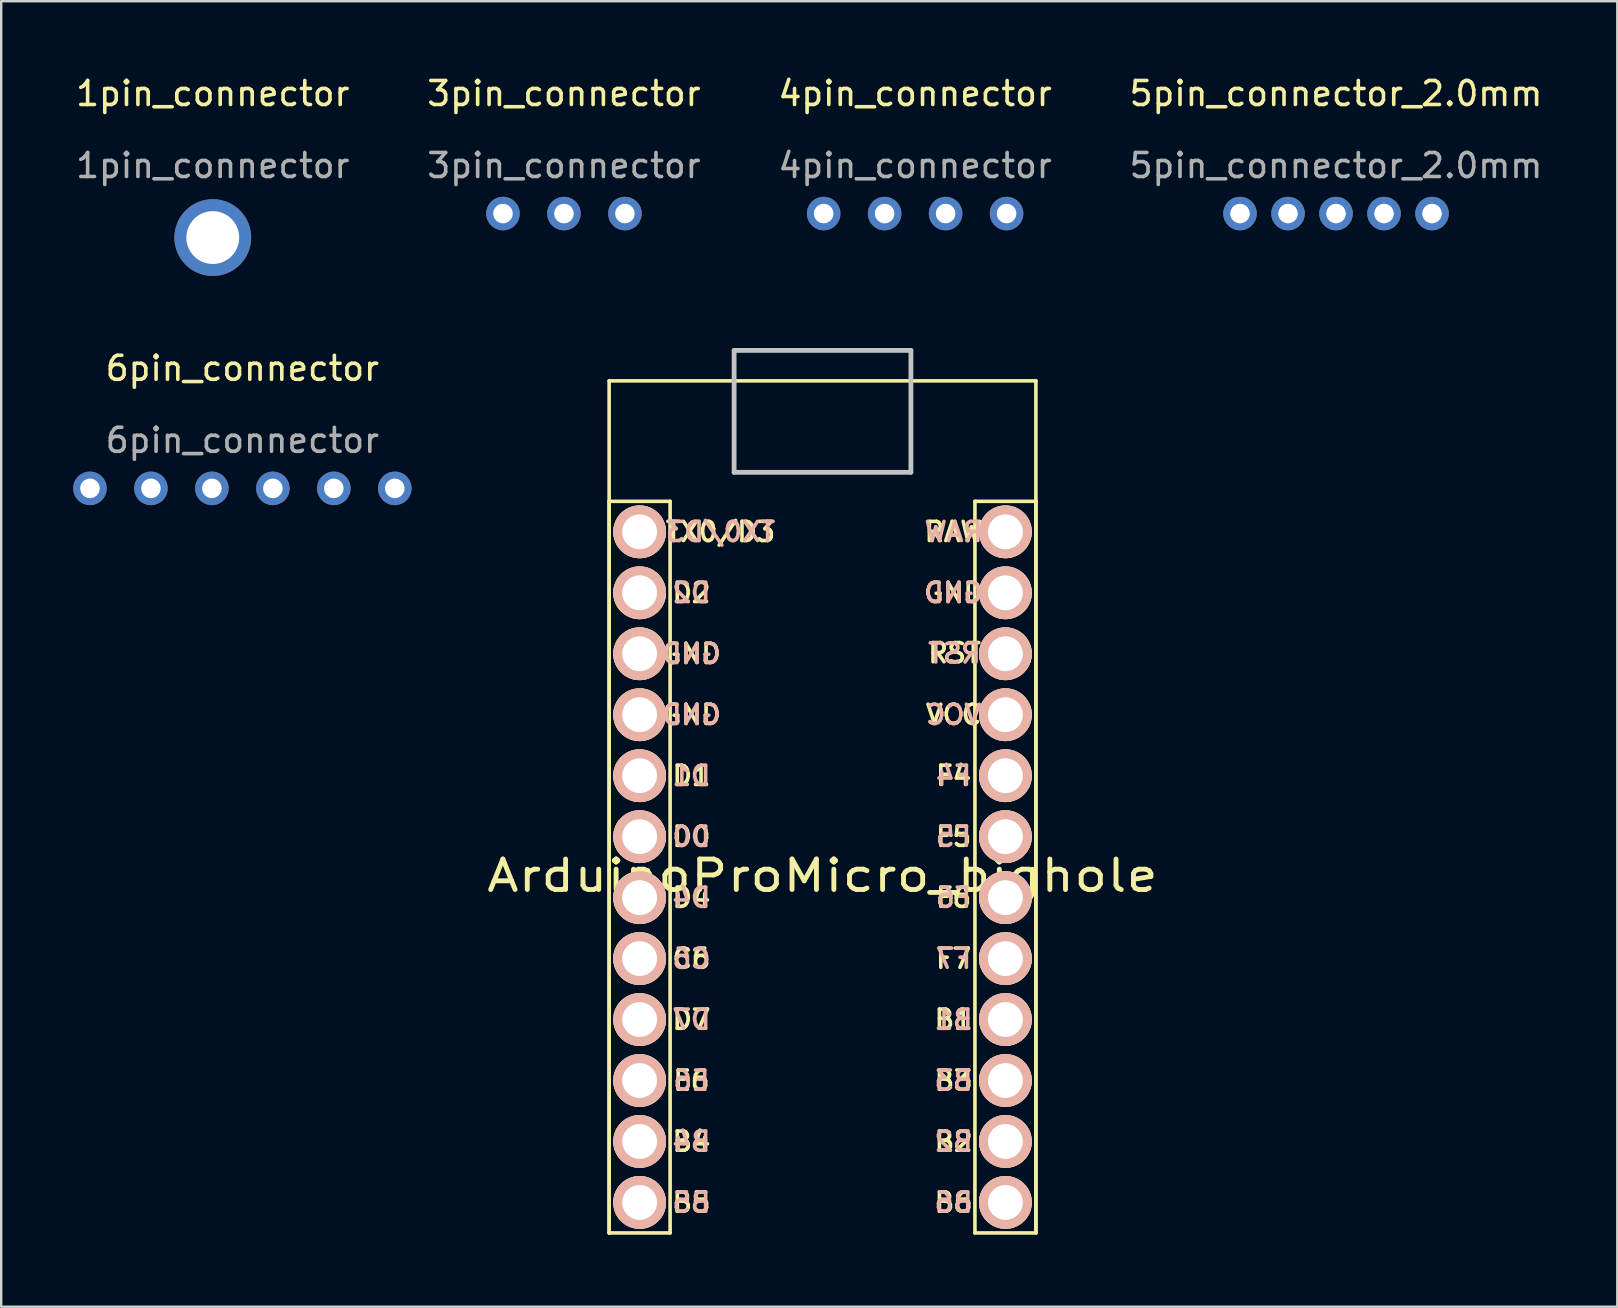
<source format=kicad_pcb>
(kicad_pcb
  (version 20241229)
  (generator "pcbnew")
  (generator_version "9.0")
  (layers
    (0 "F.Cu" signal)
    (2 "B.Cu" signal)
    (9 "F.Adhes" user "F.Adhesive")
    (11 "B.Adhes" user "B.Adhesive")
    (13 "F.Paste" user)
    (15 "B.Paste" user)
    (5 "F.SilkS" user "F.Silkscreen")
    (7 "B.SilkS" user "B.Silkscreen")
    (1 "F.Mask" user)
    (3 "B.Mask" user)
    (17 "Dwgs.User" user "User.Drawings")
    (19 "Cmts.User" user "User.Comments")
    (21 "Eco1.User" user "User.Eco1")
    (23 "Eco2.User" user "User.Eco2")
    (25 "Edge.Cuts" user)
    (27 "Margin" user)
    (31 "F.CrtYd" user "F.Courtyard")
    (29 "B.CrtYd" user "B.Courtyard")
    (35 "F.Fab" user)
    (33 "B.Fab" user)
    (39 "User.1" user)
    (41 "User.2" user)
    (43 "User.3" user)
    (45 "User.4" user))
  (footprint "ArduinoProMicro_bighole"
    (layer "F.Cu")
    (at 31.219 31.808)
    (property "Reference" "ArduinoProMicro_bighole" (at 0 1.625 0) (layer "F.SilkS") (effects (font (size 1.27 1.524) (thickness 0.203))))
    (attr through_hole)
    (fp_line (start -8.89 -18.99) (end -8.89 16.51) (stroke (width 0.15) (type solid)) (layer "F.SilkS"))
    (fp_line (start -8.89 -13.97) (end -8.89 16.51) (stroke (width 0.15) (type solid)) (layer "F.SilkS"))
    (fp_line (start -8.89 16.51) (end -6.35 16.51) (stroke (width 0.15) (type solid)) (layer "F.SilkS"))
    (fp_line (start -6.35 -13.97) (end -8.89 -13.97) (stroke (width 0.15) (type solid)) (layer "F.SilkS"))
    (fp_line (start -6.35 16.51) (end -6.35 -13.97) (stroke (width 0.15) (type solid)) (layer "F.SilkS"))
    (fp_line (start 6.35 -13.97) (end 6.35 16.51) (stroke (width 0.15) (type solid)) (layer "F.SilkS"))
    (fp_line (start 6.35 16.51) (end 8.89 16.51) (stroke (width 0.15) (type solid)) (layer "F.SilkS"))
    (fp_line (start 8.89 -18.99) (end -8.89 -18.99) (stroke (width 0.15) (type solid)) (layer "F.SilkS"))
    (fp_line (start 8.89 -13.97) (end 6.35 -13.97) (stroke (width 0.15) (type solid)) (layer "F.SilkS"))
    (fp_line (start 8.89 16.51) (end 8.89 -18.99) (stroke (width 0.15) (type solid)) (layer "F.SilkS"))
    (fp_line (start 8.89 16.51) (end 8.89 -13.97) (stroke (width 0.15) (type solid)) (layer "F.SilkS"))
    (fp_line (start -3.683 -20.26) (end 3.683 -20.26) (stroke (width 0.2) (type solid)) (layer "Dwgs.User"))
    (fp_line (start -3.683 -15.18) (end -3.683 -20.26) (stroke (width 0.2) (type solid)) (layer "Dwgs.User"))
    (fp_line (start 3.683 -20.26) (end 3.683 -15.18) (stroke (width 0.2) (type solid)) (layer "Dwgs.User"))
    (fp_line (start 3.683 -15.18) (end -3.683 -15.18) (stroke (width 0.2) (type solid)) (layer "Dwgs.User"))
    (fp_text user "C6" (at -5.461 5.08 0) (layer "F.SilkS") (effects (font (size 0.8 0.8) (thickness 0.15))))
    (fp_text user "GND" (at 5.461 -10.16 0) (layer "F.SilkS") (effects (font (size 0.8 0.8) (thickness 0.15))))
    (fp_text user "F6" (at 5.461 2.54 0) (layer "F.SilkS") (effects (font (size 0.8 0.8) (thickness 0.15))))
    (fp_text user "RST" (at 5.5 -7.65 0) (layer "F.SilkS") (effects (font (size 0.8 0.8) (thickness 0.15))))
    (fp_text user "F4" (at 5.461 -2.54 0) (layer "F.SilkS") (effects (font (size 0.8 0.8) (thickness 0.15))))
    (fp_text user "B1" (at 5.461 7.62 0) (layer "F.SilkS") (effects (font (size 0.8 0.8) (thickness 0.15))))
    (fp_text user "D7" (at -5.461 7.62 0) (layer "F.SilkS") (effects (font (size 0.8 0.8) (thickness 0.15))))
    (fp_text user "B4" (at -5.461 12.7 0) (layer "F.SilkS") (effects (font (size 0.8 0.8) (thickness 0.15))))
    (fp_text user "F7" (at 5.461 5.08 0) (layer "F.SilkS") (effects (font (size 0.8 0.8) (thickness 0.15))))
    (fp_text user "D2" (at -5.461 -10.16 0) (layer "F.SilkS") (effects (font (size 0.8 0.8) (thickness 0.15))))
    (fp_text user "B3" (at 5.461 10.16 0) (layer "F.SilkS") (effects (font (size 0.8 0.8) (thickness 0.15))))
    (fp_text user "D0" (at -5.461 0 0) (layer "F.SilkS") (effects (font (size 0.8 0.8) (thickness 0.15))))
    (fp_text user "TX0/D3" (at -4.25 -12.7 0) (layer "F.SilkS") (effects (font (size 0.8 0.8) (thickness 0.15))))
    (fp_text user "F5" (at 5.461 0 0) (layer "F.SilkS") (effects (font (size 0.8 0.8) (thickness 0.15))))
    (fp_text user "D1" (at -5.461 -2.54 0) (layer "F.SilkS") (effects (font (size 0.8 0.8) (thickness 0.15))))
    (fp_text user "B2" (at 5.461 12.7 0) (layer "F.SilkS") (effects (font (size 0.8 0.8) (thickness 0.15))))
    (fp_text user "RAW" (at 5.461 -12.7 0) (layer "F.SilkS") (effects (font (size 0.8 0.8) (thickness 0.15))))
    (fp_text user "E6" (at -5.461 10.16 0) (layer "F.SilkS") (effects (font (size 0.8 0.8) (thickness 0.15))))
    (fp_text user "B5" (at -5.461 15.24 0) (layer "F.SilkS") (effects (font (size 0.8 0.8) (thickness 0.15))))
    (fp_text user "VCC" (at 5.461 -5.08 0) (layer "F.SilkS") (effects (font (size 0.8 0.8) (thickness 0.15))))
    (fp_text user "B6" (at 5.461 15.24 0) (layer "F.SilkS") (effects (font (size 0.8 0.8) (thickness 0.15))))
    (fp_text user "D4" (at -5.461 2.54 0) (layer "F.SilkS") (effects (font (size 0.8 0.8) (thickness 0.15))))
    (fp_text user "GND" (at -5.461 -5.08 0) (layer "F.SilkS") (effects (font (size 0.8 0.8) (thickness 0.15))))
    (fp_text user "GND" (at -5.461 -7.62 0) (layer "F.SilkS") (effects (font (size 0.8 0.8) (thickness 0.15))))
    (fp_text user "GND" (at -5.461 -5.08 0) (layer "B.SilkS") (effects (font (size 0.8 0.8) (thickness 0.15)) (justify mirror)))
    (fp_text user "B4" (at -5.461 12.7 0) (layer "B.SilkS") (effects (font (size 0.8 0.8) (thickness 0.15)) (justify mirror)))
    (fp_text user "F7" (at 5.461 5.08 0) (layer "B.SilkS") (effects (font (size 0.8 0.8) (thickness 0.15)) (justify mirror)))
    (fp_text user "D0" (at -5.461 0 0) (layer "B.SilkS") (effects (font (size 0.8 0.8) (thickness 0.15)) (justify mirror)))
    (fp_text user "B1" (at 5.461 7.62 0) (layer "B.SilkS") (effects (font (size 0.8 0.8) (thickness 0.15)) (justify mirror)))
    (fp_text user "C6" (at -5.461 5.08 0) (layer "B.SilkS") (effects (font (size 0.8 0.8) (thickness 0.15)) (justify mirror)))
    (fp_text user "B3" (at 5.461 10.16 0) (layer "B.SilkS") (effects (font (size 0.8 0.8) (thickness 0.15)) (justify mirror)))
    (fp_text user "E6" (at -5.461 10.16 0) (layer "B.SilkS") (effects (font (size 0.8 0.8) (thickness 0.15)) (justify mirror)))
    (fp_text user "F4" (at 5.461 -2.54 0) (layer "B.SilkS") (effects (font (size 0.8 0.8) (thickness 0.15)) (justify mirror)))
    (fp_text user "F6" (at 5.461 2.54 0) (layer "B.SilkS") (effects (font (size 0.8 0.8) (thickness 0.15)) (justify mirror)))
    (fp_text user "GND" (at 5.461 -10.16 0) (layer "B.SilkS") (effects (font (size 0.8 0.8) (thickness 0.15)) (justify mirror)))
    (fp_text user "GND" (at -5.461 -7.62 0) (layer "B.SilkS") (effects (font (size 0.8 0.8) (thickness 0.15)) (justify mirror)))
    (fp_text user "RST" (at 5.5 -7.64 0) (layer "B.SilkS") (effects (font (size 0.8 0.8) (thickness 0.15)) (justify mirror)))
    (fp_text user "B6" (at 5.461 15.24 0) (layer "B.SilkS") (effects (font (size 0.8 0.8) (thickness 0.15)) (justify mirror)))
    (fp_text user "D7" (at -5.461 7.62 0) (layer "B.SilkS") (effects (font (size 0.8 0.8) (thickness 0.15)) (justify mirror)))
    (fp_text user "B2" (at 5.461 12.7 0) (layer "B.SilkS") (effects (font (size 0.8 0.8) (thickness 0.15)) (justify mirror)))
    (fp_text user "D1" (at -5.461 -2.54 0) (layer "B.SilkS") (effects (font (size 0.8 0.8) (thickness 0.15)) (justify mirror)))
    (fp_text user "D2" (at -5.461 -10.16 0) (layer "B.SilkS") (effects (font (size 0.8 0.8) (thickness 0.15)) (justify mirror)))
    (fp_text user "VCC" (at 5.461 -5.08 0) (layer "B.SilkS") (effects (font (size 0.8 0.8) (thickness 0.15)) (justify mirror)))
    (fp_text user "RAW" (at 5.461 -12.7 0) (layer "B.SilkS") (effects (font (size 0.8 0.8) (thickness 0.15)) (justify mirror)))
    (fp_text user "D4" (at -5.461 2.54 0) (layer "B.SilkS") (effects (font (size 0.8 0.8) (thickness 0.15)) (justify mirror)))
    (fp_text user "B5" (at -5.461 15.24 0) (layer "B.SilkS") (effects (font (size 0.8 0.8) (thickness 0.15)) (justify mirror)))
    (fp_text user "F5" (at 5.461 0 0) (layer "B.SilkS") (effects (font (size 0.8 0.8) (thickness 0.15)) (justify mirror)))
    (fp_text user "TX0/D3" (at -4.25 -12.7 0) (layer "B.SilkS") (effects (font (size 0.8 0.8) (thickness 0.15)) (justify mirror)))
    (pad "1" thru_hole circle (at -7.62 -12.7) (size 2.2 2.2) (drill 1.45) (layers "*.Cu" "*.SilkS" "*.Mask"))
    (pad "2" thru_hole circle (at -7.62 -10.16) (size 2.2 2.2) (drill 1.45) (layers "*.Cu" "*.SilkS" "*.Mask"))
    (pad "3" thru_hole circle (at -7.62 -7.62) (size 2.2 2.2) (drill 1.45) (layers "*.Cu" "*.SilkS" "*.Mask"))
    (pad "4" thru_hole circle (at -7.62 -5.08) (size 2.2 2.2) (drill 1.45) (layers "*.Cu" "*.SilkS" "*.Mask"))
    (pad "5" thru_hole circle (at -7.62 -2.54) (size 2.2 2.2) (drill 1.45) (layers "*.Cu" "*.SilkS" "*.Mask"))
    (pad "6" thru_hole circle (at -7.62 0) (size 2.2 2.2) (drill 1.45) (layers "*.Cu" "*.SilkS" "*.Mask"))
    (pad "7" thru_hole circle (at -7.62 2.54) (size 2.2 2.2) (drill 1.45) (layers "*.Cu" "*.SilkS" "*.Mask"))
    (pad "8" thru_hole circle (at -7.62 5.08) (size 2.2 2.2) (drill 1.45) (layers "*.Cu" "*.SilkS" "*.Mask"))
    (pad "9" thru_hole circle (at -7.62 7.62) (size 2.2 2.2) (drill 1.45) (layers "*.Cu" "*.SilkS" "*.Mask"))
    (pad "10" thru_hole circle (at -7.62 10.16) (size 2.2 2.2) (drill 1.45) (layers "*.Cu" "*.SilkS" "*.Mask"))
    (pad "11" thru_hole circle (at -7.62 12.7) (size 2.2 2.2) (drill 1.45) (layers "*.Cu" "*.SilkS" "*.Mask"))
    (pad "12" thru_hole circle (at -7.62 15.24) (size 2.2 2.2) (drill 1.45) (layers "*.Cu" "*.SilkS" "*.Mask"))
    (pad "13" thru_hole circle (at 7.62 15.24) (size 2.2 2.2) (drill 1.45) (layers "*.Cu" "*.SilkS" "*.Mask"))
    (pad "14" thru_hole circle (at 7.62 12.7) (size 2.2 2.2) (drill 1.45) (layers "*.Cu" "*.SilkS" "*.Mask"))
    (pad "15" thru_hole circle (at 7.62 10.16) (size 2.2 2.2) (drill 1.45) (layers "*.Cu" "*.SilkS" "*.Mask"))
    (pad "16" thru_hole circle (at 7.62 7.62) (size 2.2 2.2) (drill 1.45) (layers "*.Cu" "*.SilkS" "*.Mask"))
    (pad "17" thru_hole circle (at 7.62 5.08) (size 2.2 2.2) (drill 1.45) (layers "*.Cu" "*.SilkS" "*.Mask"))
    (pad "18" thru_hole circle (at 7.62 2.54) (size 2.2 2.2) (drill 1.45) (layers "*.Cu" "*.SilkS" "*.Mask"))
    (pad "19" thru_hole circle (at 7.62 0) (size 2.2 2.2) (drill 1.45) (layers "*.Cu" "*.SilkS" "*.Mask"))
    (pad "20" thru_hole circle (at 7.62 -2.54) (size 2.2 2.2) (drill 1.45) (layers "*.Cu" "*.SilkS" "*.Mask"))
    (pad "21" thru_hole circle (at 7.62 -5.08) (size 2.2 2.2) (drill 1.45) (layers "*.Cu" "*.SilkS" "*.Mask"))
    (pad "22" thru_hole circle (at 7.62 -7.62) (size 2.2 2.2) (drill 1.45) (layers "*.Cu" "*.SilkS" "*.Mask"))
    (pad "23" thru_hole circle (at 7.62 -10.16) (size 2.2 2.2) (drill 1.45) (layers "*.Cu" "*.SilkS" "*.Mask"))
    (pad "24" thru_hole circle (at 7.62 -12.7) (size 2.2 2.2) (drill 1.45) (layers "*.Cu" "*.SilkS" "*.Mask")))
  (footprint "5pin_connector_2.0mm"
    (layer "F.Cu")
    (at 52.613 5.848)
    (property "Reference" "5pin_connector_2.0mm" (at 0 -5 0) (unlocked yes) (layer "F.SilkS") (effects (font (size 1 1) (thickness 0.15))))
    (attr through_hole)
    (fp_text user "${REFERENCE}" (at 0 -2 0) (unlocked yes) (layer "F.Fab") (effects (font (size 1 1) (thickness 0.15))))
    (pad "1" thru_hole circle (at -4 0 180) (size 1.397 1.397) (drill 0.813) (layers "*.Cu" "*.Mask"))
    (pad "2" thru_hole circle (at -2 0 180) (size 1.397 1.397) (drill 0.813) (layers "*.Cu" "*.Mask"))
    (pad "3" thru_hole circle (at 0 0 180) (size 1.397 1.397) (drill 0.813) (layers "*.Cu" "*.Mask"))
    (pad "4" thru_hole circle (at 2 0 180) (size 1.397 1.397) (drill 0.813) (layers "*.Cu" "*.Mask"))
    (pad "5" thru_hole circle (at 4 0 180) (size 1.397 1.397) (drill 0.813) (layers "*.Cu" "*.Mask")))
  (footprint "4pin_connector"
    (layer "F.Cu")
    (at 35.077 5.848)
    (property "Reference" "4pin_connector" (at 0 -5 0) (unlocked yes) (layer "F.SilkS") (effects (font (size 1 1) (thickness 0.15))))
    (attr through_hole)
    (fp_text user "${REFERENCE}" (at 0 -2 0) (unlocked yes) (layer "F.Fab") (effects (font (size 1 1) (thickness 0.15))))
    (pad "1" thru_hole circle (at -3.81 0 180) (size 1.397 1.397) (drill 0.813) (layers "*.Cu" "*.Mask"))
    (pad "2" thru_hole circle (at -1.27 0 180) (size 1.397 1.397) (drill 0.813) (layers "*.Cu" "*.Mask"))
    (pad "3" thru_hole circle (at 1.27 0 180) (size 1.397 1.397) (drill 0.813) (layers "*.Cu" "*.Mask"))
    (pad "4" thru_hole circle (at 3.81 0 180) (size 1.397 1.397) (drill 0.813) (layers "*.Cu" "*.Mask")))
  (footprint "1pin_connector"
    (layer "F.Cu")
    (at 5.815 6.848)
    (property "Reference" "1pin_connector" (at 0 -6 0) (unlocked yes) (layer "F.SilkS") (effects (font (size 1 1) (thickness 0.15))))
    (attr through_hole)
    (fp_text user "${REFERENCE}" (at 0 -3 0) (unlocked yes) (layer "F.Fab") (effects (font (size 1 1) (thickness 0.15))))
    (pad "1" thru_hole circle (at 0 0 180) (size 3.2 3.2) (drill 2.2) (layers "*.Cu" "*.Mask")))
  (footprint "3pin_connector"
    (layer "F.Cu")
    (at 20.446 5.848)
    (property "Reference" "3pin_connector" (at 0 -5 0) (unlocked yes) (layer "F.SilkS") (effects (font (size 1 1) (thickness 0.15))))
    (attr through_hole)
    (fp_text user "${REFERENCE}" (at 0 -2 0) (unlocked yes) (layer "F.Fab") (effects (font (size 1 1) (thickness 0.15))))
    (pad "1" thru_hole circle (at -2.54 0 180) (size 1.397 1.397) (drill 0.813) (layers "*.Cu" "*.Mask"))
    (pad "2" thru_hole circle (at 0 0 180) (size 1.397 1.397) (drill 0.813) (layers "*.Cu" "*.Mask"))
    (pad "3" thru_hole circle (at 2.54 0 180) (size 1.397 1.397) (drill 0.813) (layers "*.Cu" "*.Mask")))
  (footprint "6pin_connector"
    (layer "F.Cu")
    (at 7.048 17.297)
    (property "Reference" "6pin_connector" (at 0 -5 0) (unlocked yes) (layer "F.SilkS") (effects (font (size 1 1) (thickness 0.15))))
    (attr through_hole)
    (fp_text user "${REFERENCE}" (at 0 -2 0) (unlocked yes) (layer "F.Fab") (effects (font (size 1 1) (thickness 0.15))))
    (pad "1" thru_hole circle (at -6.35 0 180) (size 1.397 1.397) (drill 0.813) (layers "*.Cu" "*.Mask"))
    (pad "2" thru_hole circle (at -3.81 0 180) (size 1.397 1.397) (drill 0.813) (layers "*.Cu" "*.Mask"))
    (pad "3" thru_hole circle (at -1.27 0 180) (size 1.397 1.397) (drill 0.813) (layers "*.Cu" "*.Mask"))
    (pad "4" thru_hole circle (at 1.27 0 180) (size 1.397 1.397) (drill 0.813) (layers "*.Cu" "*.Mask"))
    (pad "5" thru_hole circle (at 3.81 0 180) (size 1.397 1.397) (drill 0.813) (layers "*.Cu" "*.Mask"))
    (pad "6" thru_hole circle (at 6.35 0 180) (size 1.397 1.397) (drill 0.813) (layers "*.Cu" "*.Mask")))
  (gr_rect
    (start -3 -3)
    (end 64.333 51.393)
    (stroke (width 0.1) (type default))
    (fill no)
    (layer "Edge.Cuts")))
</source>
